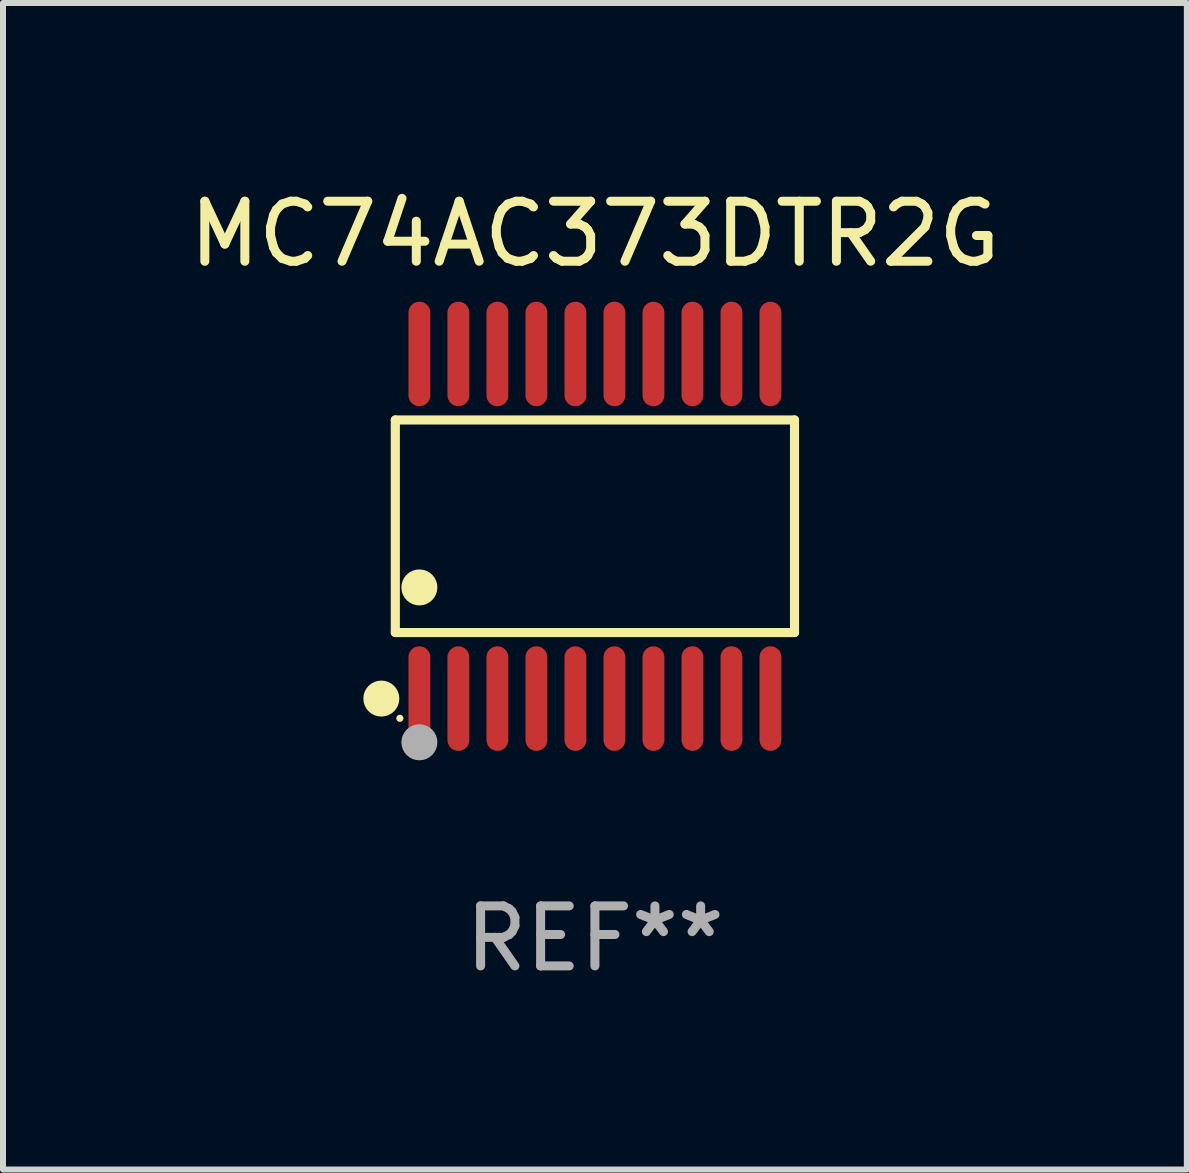
<source format=kicad_pcb>
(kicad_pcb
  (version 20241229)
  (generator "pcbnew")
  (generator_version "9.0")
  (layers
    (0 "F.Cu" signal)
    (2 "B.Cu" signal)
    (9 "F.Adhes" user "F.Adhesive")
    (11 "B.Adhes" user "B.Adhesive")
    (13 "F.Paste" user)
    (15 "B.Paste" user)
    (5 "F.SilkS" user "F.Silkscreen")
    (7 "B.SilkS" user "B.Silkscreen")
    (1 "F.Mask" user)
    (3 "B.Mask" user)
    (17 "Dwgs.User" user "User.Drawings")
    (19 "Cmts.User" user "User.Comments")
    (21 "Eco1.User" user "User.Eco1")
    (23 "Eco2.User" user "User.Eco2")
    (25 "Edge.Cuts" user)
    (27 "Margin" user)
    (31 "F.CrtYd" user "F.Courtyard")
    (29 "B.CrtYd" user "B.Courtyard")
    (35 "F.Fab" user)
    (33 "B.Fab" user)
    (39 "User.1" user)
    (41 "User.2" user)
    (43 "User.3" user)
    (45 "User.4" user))
  (footprint "MC74AC373DTR2G"
    (layer "F.Cu")
    (at 6.863 5.719)
    (property "Reference" "MC74AC373DTR2G" (at 0 -4.871 0) (layer "F.SilkS") (effects (font (size 1 1) (thickness 0.15))))
    (attr through_hole)
    (fp_line (start -3.326 -1.771) (end 3.326 -1.771) (stroke (width 0.152) (type solid)) (layer "F.SilkS"))
    (fp_line (start -3.326 1.771) (end -3.326 -1.771) (stroke (width 0.152) (type solid)) (layer "F.SilkS"))
    (fp_line (start 3.326 -1.771) (end 3.326 1.771) (stroke (width 0.152) (type solid)) (layer "F.SilkS"))
    (fp_line (start 3.326 1.771) (end -3.326 1.771) (stroke (width 0.152) (type solid)) (layer "F.SilkS"))
    (fp_circle (center -3.559 2.871) (end -3.409 2.871) (stroke (width 0.3) (type solid)) (fill no) (layer "F.SilkS"))
    (fp_circle (center -3.25 3.2) (end -3.22 3.2) (stroke (width 0.06) (type solid)) (fill no) (layer "F.SilkS"))
    (fp_circle (center -2.925 1.019) (end -2.775 1.019) (stroke (width 0.3) (type solid)) (fill no) (layer "F.SilkS"))
    (fp_circle (center -2.925 3.6) (end -2.775 3.6) (stroke (width 0.3) (type solid)) (fill no) (layer "F.Fab"))
    (fp_text user "REF**" (at 0 6.871 0) (layer "F.Fab") (effects (font (size 1 1) (thickness 0.15))))
    (pad "1" smd oval (at -2.925 2.871) (size 0.364 1.742) (layers "F.Cu" "F.Mask" "F.Paste"))
    (pad "2" smd oval (at -2.275 2.871) (size 0.364 1.742) (layers "F.Cu" "F.Mask" "F.Paste"))
    (pad "3" smd oval (at -1.625 2.871) (size 0.364 1.742) (layers "F.Cu" "F.Mask" "F.Paste"))
    (pad "4" smd oval (at -0.975 2.871) (size 0.364 1.742) (layers "F.Cu" "F.Mask" "F.Paste"))
    (pad "5" smd oval (at -0.325 2.871) (size 0.364 1.742) (layers "F.Cu" "F.Mask" "F.Paste"))
    (pad "6" smd oval (at 0.325 2.871) (size 0.364 1.742) (layers "F.Cu" "F.Mask" "F.Paste"))
    (pad "7" smd oval (at 0.975 2.871) (size 0.364 1.742) (layers "F.Cu" "F.Mask" "F.Paste"))
    (pad "8" smd oval (at 1.625 2.871) (size 0.364 1.742) (layers "F.Cu" "F.Mask" "F.Paste"))
    (pad "9" smd oval (at 2.275 2.871) (size 0.364 1.742) (layers "F.Cu" "F.Mask" "F.Paste"))
    (pad "10" smd oval (at 2.925 2.871) (size 0.364 1.742) (layers "F.Cu" "F.Mask" "F.Paste"))
    (pad "11" smd oval (at 2.925 -2.871) (size 0.364 1.742) (layers "F.Cu" "F.Mask" "F.Paste"))
    (pad "12" smd oval (at 2.275 -2.871) (size 0.364 1.742) (layers "F.Cu" "F.Mask" "F.Paste"))
    (pad "13" smd oval (at 1.625 -2.871) (size 0.364 1.742) (layers "F.Cu" "F.Mask" "F.Paste"))
    (pad "14" smd oval (at 0.975 -2.871) (size 0.364 1.742) (layers "F.Cu" "F.Mask" "F.Paste"))
    (pad "15" smd oval (at 0.325 -2.871) (size 0.364 1.742) (layers "F.Cu" "F.Mask" "F.Paste"))
    (pad "16" smd oval (at -0.325 -2.871) (size 0.364 1.742) (layers "F.Cu" "F.Mask" "F.Paste"))
    (pad "17" smd oval (at -0.975 -2.871) (size 0.364 1.742) (layers "F.Cu" "F.Mask" "F.Paste"))
    (pad "18" smd oval (at -1.625 -2.871) (size 0.364 1.742) (layers "F.Cu" "F.Mask" "F.Paste"))
    (pad "19" smd oval (at -2.275 -2.871) (size 0.364 1.742) (layers "F.Cu" "F.Mask" "F.Paste"))
    (pad "20" smd oval (at -2.925 -2.871) (size 0.364 1.742) (layers "F.Cu" "F.Mask" "F.Paste")))
  (gr_rect
    (start -3 -3)
    (end 16.726 16.438)
    (stroke (width 0.1) (type default))
    (fill no)
    (layer "Edge.Cuts")))
</source>
